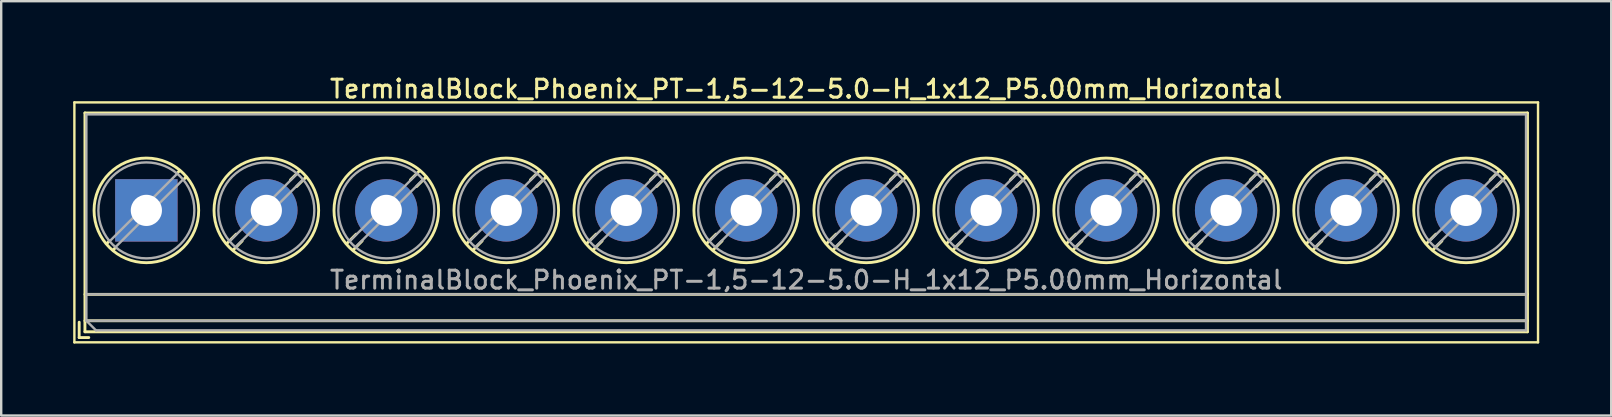
<source format=kicad_pcb>
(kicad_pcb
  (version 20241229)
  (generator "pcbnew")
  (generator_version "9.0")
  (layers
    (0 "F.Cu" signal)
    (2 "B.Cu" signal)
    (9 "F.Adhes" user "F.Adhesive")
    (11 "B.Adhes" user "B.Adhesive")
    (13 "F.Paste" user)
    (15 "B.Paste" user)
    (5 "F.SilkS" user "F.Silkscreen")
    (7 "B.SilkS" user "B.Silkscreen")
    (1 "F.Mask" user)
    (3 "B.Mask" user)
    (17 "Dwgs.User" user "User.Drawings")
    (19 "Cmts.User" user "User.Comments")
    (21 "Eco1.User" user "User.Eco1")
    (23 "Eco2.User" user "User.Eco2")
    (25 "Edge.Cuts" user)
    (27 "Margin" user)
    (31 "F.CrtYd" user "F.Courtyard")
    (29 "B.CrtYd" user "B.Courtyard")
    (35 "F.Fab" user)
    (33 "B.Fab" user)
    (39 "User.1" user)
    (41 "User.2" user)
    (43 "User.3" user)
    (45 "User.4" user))
  (footprint "TerminalBlock_Phoenix_PT-1,5-12-5.0-H_1x12_P5.00mm_Horizontal"
    (layer "F.Cu")
    (at 3.05 5.718)
    (property "Reference" "TerminalBlock_Phoenix_PT-1,5-12-5.0-H_1x12_P5.00mm_Horizontal" (at 27.5 -5.06 0) (layer "F.SilkS") (effects (font (size 0.75 0.75) (thickness 0.125))))
    (attr through_hole)
    (fp_line (start -3 -4.5) (end -3 5.5) (stroke (width 0.1) (type solid)) (layer "F.SilkS"))
    (fp_line (start -3 5.5) (end 58 5.5) (stroke (width 0.1) (type solid)) (layer "F.SilkS"))
    (fp_line (start -2.8 4.66) (end -2.8 5.3) (stroke (width 0.12) (type solid)) (layer "F.SilkS"))
    (fp_line (start -2.8 5.3) (end -2.4 5.3) (stroke (width 0.12) (type solid)) (layer "F.SilkS"))
    (fp_line (start -2.56 -4.06) (end -2.56 5.06) (stroke (width 0.12) (type solid)) (layer "F.SilkS"))
    (fp_line (start -2.56 -4.06) (end 57.56 -4.06) (stroke (width 0.12) (type solid)) (layer "F.SilkS"))
    (fp_line (start -2.56 3.5) (end 57.56 3.5) (stroke (width 0.12) (type solid)) (layer "F.SilkS"))
    (fp_line (start -2.56 4.6) (end 57.56 4.6) (stroke (width 0.12) (type solid)) (layer "F.SilkS"))
    (fp_line (start -2.56 5.06) (end 57.56 5.06) (stroke (width 0.12) (type solid)) (layer "F.SilkS"))
    (fp_line (start -1.548 1.281) (end -1.654 1.388) (stroke (width 0.12) (type solid)) (layer "F.SilkS"))
    (fp_line (start -1.282 1.547) (end -1.388 1.654) (stroke (width 0.12) (type solid)) (layer "F.SilkS"))
    (fp_line (start 1.388 -1.654) (end 1.281 -1.547) (stroke (width 0.12) (type solid)) (layer "F.SilkS"))
    (fp_line (start 1.654 -1.388) (end 1.547 -1.281) (stroke (width 0.12) (type solid)) (layer "F.SilkS"))
    (fp_line (start 3.742 0.992) (end 3.347 1.388) (stroke (width 0.12) (type solid)) (layer "F.SilkS"))
    (fp_line (start 3.993 1.274) (end 3.613 1.654) (stroke (width 0.12) (type solid)) (layer "F.SilkS"))
    (fp_line (start 6.388 -1.654) (end 6.008 -1.274) (stroke (width 0.12) (type solid)) (layer "F.SilkS"))
    (fp_line (start 6.654 -1.388) (end 6.259 -0.992) (stroke (width 0.12) (type solid)) (layer "F.SilkS"))
    (fp_line (start 8.742 0.992) (end 8.347 1.388) (stroke (width 0.12) (type solid)) (layer "F.SilkS"))
    (fp_line (start 8.993 1.274) (end 8.613 1.654) (stroke (width 0.12) (type solid)) (layer "F.SilkS"))
    (fp_line (start 11.388 -1.654) (end 11.008 -1.274) (stroke (width 0.12) (type solid)) (layer "F.SilkS"))
    (fp_line (start 11.654 -1.388) (end 11.259 -0.992) (stroke (width 0.12) (type solid)) (layer "F.SilkS"))
    (fp_line (start 13.742 0.992) (end 13.347 1.388) (stroke (width 0.12) (type solid)) (layer "F.SilkS"))
    (fp_line (start 13.993 1.274) (end 13.613 1.654) (stroke (width 0.12) (type solid)) (layer "F.SilkS"))
    (fp_line (start 16.388 -1.654) (end 16.008 -1.274) (stroke (width 0.12) (type solid)) (layer "F.SilkS"))
    (fp_line (start 16.654 -1.388) (end 16.259 -0.992) (stroke (width 0.12) (type solid)) (layer "F.SilkS"))
    (fp_line (start 18.742 0.992) (end 18.347 1.388) (stroke (width 0.12) (type solid)) (layer "F.SilkS"))
    (fp_line (start 18.993 1.274) (end 18.613 1.654) (stroke (width 0.12) (type solid)) (layer "F.SilkS"))
    (fp_line (start 21.388 -1.654) (end 21.008 -1.274) (stroke (width 0.12) (type solid)) (layer "F.SilkS"))
    (fp_line (start 21.654 -1.388) (end 21.259 -0.992) (stroke (width 0.12) (type solid)) (layer "F.SilkS"))
    (fp_line (start 23.742 0.992) (end 23.347 1.388) (stroke (width 0.12) (type solid)) (layer "F.SilkS"))
    (fp_line (start 23.993 1.274) (end 23.613 1.654) (stroke (width 0.12) (type solid)) (layer "F.SilkS"))
    (fp_line (start 26.388 -1.654) (end 26.008 -1.274) (stroke (width 0.12) (type solid)) (layer "F.SilkS"))
    (fp_line (start 26.654 -1.388) (end 26.259 -0.992) (stroke (width 0.12) (type solid)) (layer "F.SilkS"))
    (fp_line (start 28.742 0.992) (end 28.347 1.388) (stroke (width 0.12) (type solid)) (layer "F.SilkS"))
    (fp_line (start 28.993 1.274) (end 28.613 1.654) (stroke (width 0.12) (type solid)) (layer "F.SilkS"))
    (fp_line (start 31.388 -1.654) (end 31.008 -1.274) (stroke (width 0.12) (type solid)) (layer "F.SilkS"))
    (fp_line (start 31.654 -1.388) (end 31.259 -0.992) (stroke (width 0.12) (type solid)) (layer "F.SilkS"))
    (fp_line (start 33.742 0.992) (end 33.347 1.388) (stroke (width 0.12) (type solid)) (layer "F.SilkS"))
    (fp_line (start 33.993 1.274) (end 33.613 1.654) (stroke (width 0.12) (type solid)) (layer "F.SilkS"))
    (fp_line (start 36.388 -1.654) (end 36.008 -1.274) (stroke (width 0.12) (type solid)) (layer "F.SilkS"))
    (fp_line (start 36.654 -1.388) (end 36.259 -0.992) (stroke (width 0.12) (type solid)) (layer "F.SilkS"))
    (fp_line (start 38.742 0.992) (end 38.347 1.388) (stroke (width 0.12) (type solid)) (layer "F.SilkS"))
    (fp_line (start 38.993 1.274) (end 38.613 1.654) (stroke (width 0.12) (type solid)) (layer "F.SilkS"))
    (fp_line (start 41.388 -1.654) (end 41.008 -1.274) (stroke (width 0.12) (type solid)) (layer "F.SilkS"))
    (fp_line (start 41.654 -1.388) (end 41.259 -0.992) (stroke (width 0.12) (type solid)) (layer "F.SilkS"))
    (fp_line (start 43.742 0.992) (end 43.347 1.388) (stroke (width 0.12) (type solid)) (layer "F.SilkS"))
    (fp_line (start 43.993 1.274) (end 43.613 1.654) (stroke (width 0.12) (type solid)) (layer "F.SilkS"))
    (fp_line (start 46.388 -1.654) (end 46.008 -1.274) (stroke (width 0.12) (type solid)) (layer "F.SilkS"))
    (fp_line (start 46.654 -1.388) (end 46.259 -0.992) (stroke (width 0.12) (type solid)) (layer "F.SilkS"))
    (fp_line (start 48.742 0.992) (end 48.347 1.388) (stroke (width 0.12) (type solid)) (layer "F.SilkS"))
    (fp_line (start 48.993 1.274) (end 48.613 1.654) (stroke (width 0.12) (type solid)) (layer "F.SilkS"))
    (fp_line (start 51.388 -1.654) (end 51.008 -1.274) (stroke (width 0.12) (type solid)) (layer "F.SilkS"))
    (fp_line (start 51.654 -1.388) (end 51.259 -0.992) (stroke (width 0.12) (type solid)) (layer "F.SilkS"))
    (fp_line (start 53.742 0.992) (end 53.347 1.388) (stroke (width 0.12) (type solid)) (layer "F.SilkS"))
    (fp_line (start 53.993 1.274) (end 53.613 1.654) (stroke (width 0.12) (type solid)) (layer "F.SilkS"))
    (fp_line (start 56.388 -1.654) (end 56.008 -1.274) (stroke (width 0.12) (type solid)) (layer "F.SilkS"))
    (fp_line (start 56.654 -1.388) (end 56.259 -0.992) (stroke (width 0.12) (type solid)) (layer "F.SilkS"))
    (fp_line (start 57.56 -4.06) (end 57.56 5.06) (stroke (width 0.12) (type solid)) (layer "F.SilkS"))
    (fp_line (start 58 -4.5) (end -3 -4.5) (stroke (width 0.1) (type solid)) (layer "F.SilkS"))
    (fp_line (start 58 5.5) (end 58 -4.5) (stroke (width 0.1) (type solid)) (layer "F.SilkS"))
    (fp_circle (center 0 0) (end 2.18 0) (stroke (width 0.12) (type solid)) (fill no) (layer "F.SilkS"))
    (fp_circle (center 5 0) (end 7.18 0) (stroke (width 0.12) (type solid)) (fill no) (layer "F.SilkS"))
    (fp_circle (center 10 0) (end 12.18 0) (stroke (width 0.12) (type solid)) (fill no) (layer "F.SilkS"))
    (fp_circle (center 15 0) (end 17.18 0) (stroke (width 0.12) (type solid)) (fill no) (layer "F.SilkS"))
    (fp_circle (center 20 0) (end 22.18 0) (stroke (width 0.12) (type solid)) (fill no) (layer "F.SilkS"))
    (fp_circle (center 25 0) (end 27.18 0) (stroke (width 0.12) (type solid)) (fill no) (layer "F.SilkS"))
    (fp_circle (center 30 0) (end 32.18 0) (stroke (width 0.12) (type solid)) (fill no) (layer "F.SilkS"))
    (fp_circle (center 35 0) (end 37.18 0) (stroke (width 0.12) (type solid)) (fill no) (layer "F.SilkS"))
    (fp_circle (center 40 0) (end 42.18 0) (stroke (width 0.12) (type solid)) (fill no) (layer "F.SilkS"))
    (fp_circle (center 45 0) (end 47.18 0) (stroke (width 0.12) (type solid)) (fill no) (layer "F.SilkS"))
    (fp_circle (center 50 0) (end 52.18 0) (stroke (width 0.12) (type solid)) (fill no) (layer "F.SilkS"))
    (fp_circle (center 55 0) (end 57.18 0) (stroke (width 0.12) (type solid)) (fill no) (layer "F.SilkS"))
    (fp_line (start -2.5 -4) (end 57.5 -4) (stroke (width 0.1) (type solid)) (layer "F.Fab"))
    (fp_line (start -2.5 3.5) (end 57.5 3.5) (stroke (width 0.1) (type solid)) (layer "F.Fab"))
    (fp_line (start -2.5 4.6) (end -2.5 -4) (stroke (width 0.1) (type solid)) (layer "F.Fab"))
    (fp_line (start -2.5 4.6) (end 57.5 4.6) (stroke (width 0.1) (type solid)) (layer "F.Fab"))
    (fp_line (start -2.1 5) (end -2.5 4.6) (stroke (width 0.1) (type solid)) (layer "F.Fab"))
    (fp_line (start 1.273 -1.517) (end -1.517 1.273) (stroke (width 0.1) (type solid)) (layer "F.Fab"))
    (fp_line (start 1.517 -1.273) (end -1.273 1.517) (stroke (width 0.1) (type solid)) (layer "F.Fab"))
    (fp_line (start 6.273 -1.517) (end 3.484 1.273) (stroke (width 0.1) (type solid)) (layer "F.Fab"))
    (fp_line (start 6.517 -1.273) (end 3.728 1.517) (stroke (width 0.1) (type solid)) (layer "F.Fab"))
    (fp_line (start 11.273 -1.517) (end 8.484 1.273) (stroke (width 0.1) (type solid)) (layer "F.Fab"))
    (fp_line (start 11.517 -1.273) (end 8.728 1.517) (stroke (width 0.1) (type solid)) (layer "F.Fab"))
    (fp_line (start 16.273 -1.517) (end 13.484 1.273) (stroke (width 0.1) (type solid)) (layer "F.Fab"))
    (fp_line (start 16.517 -1.273) (end 13.728 1.517) (stroke (width 0.1) (type solid)) (layer "F.Fab"))
    (fp_line (start 21.273 -1.517) (end 18.484 1.273) (stroke (width 0.1) (type solid)) (layer "F.Fab"))
    (fp_line (start 21.517 -1.273) (end 18.728 1.517) (stroke (width 0.1) (type solid)) (layer "F.Fab"))
    (fp_line (start 26.273 -1.517) (end 23.484 1.273) (stroke (width 0.1) (type solid)) (layer "F.Fab"))
    (fp_line (start 26.517 -1.273) (end 23.728 1.517) (stroke (width 0.1) (type solid)) (layer "F.Fab"))
    (fp_line (start 31.273 -1.517) (end 28.484 1.273) (stroke (width 0.1) (type solid)) (layer "F.Fab"))
    (fp_line (start 31.517 -1.273) (end 28.728 1.517) (stroke (width 0.1) (type solid)) (layer "F.Fab"))
    (fp_line (start 36.273 -1.517) (end 33.484 1.273) (stroke (width 0.1) (type solid)) (layer "F.Fab"))
    (fp_line (start 36.517 -1.273) (end 33.728 1.517) (stroke (width 0.1) (type solid)) (layer "F.Fab"))
    (fp_line (start 41.273 -1.517) (end 38.484 1.273) (stroke (width 0.1) (type solid)) (layer "F.Fab"))
    (fp_line (start 41.517 -1.273) (end 38.728 1.517) (stroke (width 0.1) (type solid)) (layer "F.Fab"))
    (fp_line (start 46.273 -1.517) (end 43.484 1.273) (stroke (width 0.1) (type solid)) (layer "F.Fab"))
    (fp_line (start 46.517 -1.273) (end 43.728 1.517) (stroke (width 0.1) (type solid)) (layer "F.Fab"))
    (fp_line (start 51.273 -1.517) (end 48.484 1.273) (stroke (width 0.1) (type solid)) (layer "F.Fab"))
    (fp_line (start 51.517 -1.273) (end 48.728 1.517) (stroke (width 0.1) (type solid)) (layer "F.Fab"))
    (fp_line (start 56.273 -1.517) (end 53.484 1.273) (stroke (width 0.1) (type solid)) (layer "F.Fab"))
    (fp_line (start 56.517 -1.273) (end 53.728 1.517) (stroke (width 0.1) (type solid)) (layer "F.Fab"))
    (fp_line (start 57.5 -4) (end 57.5 5) (stroke (width 0.1) (type solid)) (layer "F.Fab"))
    (fp_line (start 57.5 5) (end -2.1 5) (stroke (width 0.1) (type solid)) (layer "F.Fab"))
    (fp_circle (center 0 0) (end 2 0) (stroke (width 0.1) (type solid)) (fill no) (layer "F.Fab"))
    (fp_circle (center 5 0) (end 7 0) (stroke (width 0.1) (type solid)) (fill no) (layer "F.Fab"))
    (fp_circle (center 10 0) (end 12 0) (stroke (width 0.1) (type solid)) (fill no) (layer "F.Fab"))
    (fp_circle (center 15 0) (end 17 0) (stroke (width 0.1) (type solid)) (fill no) (layer "F.Fab"))
    (fp_circle (center 20 0) (end 22 0) (stroke (width 0.1) (type solid)) (fill no) (layer "F.Fab"))
    (fp_circle (center 25 0) (end 27 0) (stroke (width 0.1) (type solid)) (fill no) (layer "F.Fab"))
    (fp_circle (center 30 0) (end 32 0) (stroke (width 0.1) (type solid)) (fill no) (layer "F.Fab"))
    (fp_circle (center 35 0) (end 37 0) (stroke (width 0.1) (type solid)) (fill no) (layer "F.Fab"))
    (fp_circle (center 40 0) (end 42 0) (stroke (width 0.1) (type solid)) (fill no) (layer "F.Fab"))
    (fp_circle (center 45 0) (end 47 0) (stroke (width 0.1) (type solid)) (fill no) (layer "F.Fab"))
    (fp_circle (center 50 0) (end 52 0) (stroke (width 0.1) (type solid)) (fill no) (layer "F.Fab"))
    (fp_circle (center 55 0) (end 57 0) (stroke (width 0.1) (type solid)) (fill no) (layer "F.Fab"))
    (fp_text user "${REFERENCE}" (at 27.5 2.9 0) (layer "F.Fab") (effects (font (size 0.75 0.75) (thickness 0.125))))
    (pad "1" thru_hole rect (at 0 0) (size 2.6 2.6) (drill 1.3) (layers "*.Cu" "*.Mask"))
    (pad "2" thru_hole circle (at 5 0) (size 2.6 2.6) (drill 1.3) (layers "*.Cu" "*.Mask"))
    (pad "3" thru_hole circle (at 10 0) (size 2.6 2.6) (drill 1.3) (layers "*.Cu" "*.Mask"))
    (pad "4" thru_hole circle (at 15 0) (size 2.6 2.6) (drill 1.3) (layers "*.Cu" "*.Mask"))
    (pad "5" thru_hole circle (at 20 0) (size 2.6 2.6) (drill 1.3) (layers "*.Cu" "*.Mask"))
    (pad "6" thru_hole circle (at 25 0) (size 2.6 2.6) (drill 1.3) (layers "*.Cu" "*.Mask"))
    (pad "7" thru_hole circle (at 30 0) (size 2.6 2.6) (drill 1.3) (layers "*.Cu" "*.Mask"))
    (pad "8" thru_hole circle (at 35 0) (size 2.6 2.6) (drill 1.3) (layers "*.Cu" "*.Mask"))
    (pad "9" thru_hole circle (at 40 0) (size 2.6 2.6) (drill 1.3) (layers "*.Cu" "*.Mask"))
    (pad "10" thru_hole circle (at 45 0) (size 2.6 2.6) (drill 1.3) (layers "*.Cu" "*.Mask"))
    (pad "11" thru_hole circle (at 50 0) (size 2.6 2.6) (drill 1.3) (layers "*.Cu" "*.Mask"))
    (pad "12" thru_hole circle (at 55 0) (size 2.6 2.6) (drill 1.3) (layers "*.Cu" "*.Mask")))
  (gr_rect
    (start -3 -3)
    (end 64.1 14.268)
    (stroke (width 0.1) (type default))
    (fill no)
    (layer "Edge.Cuts")))
</source>
